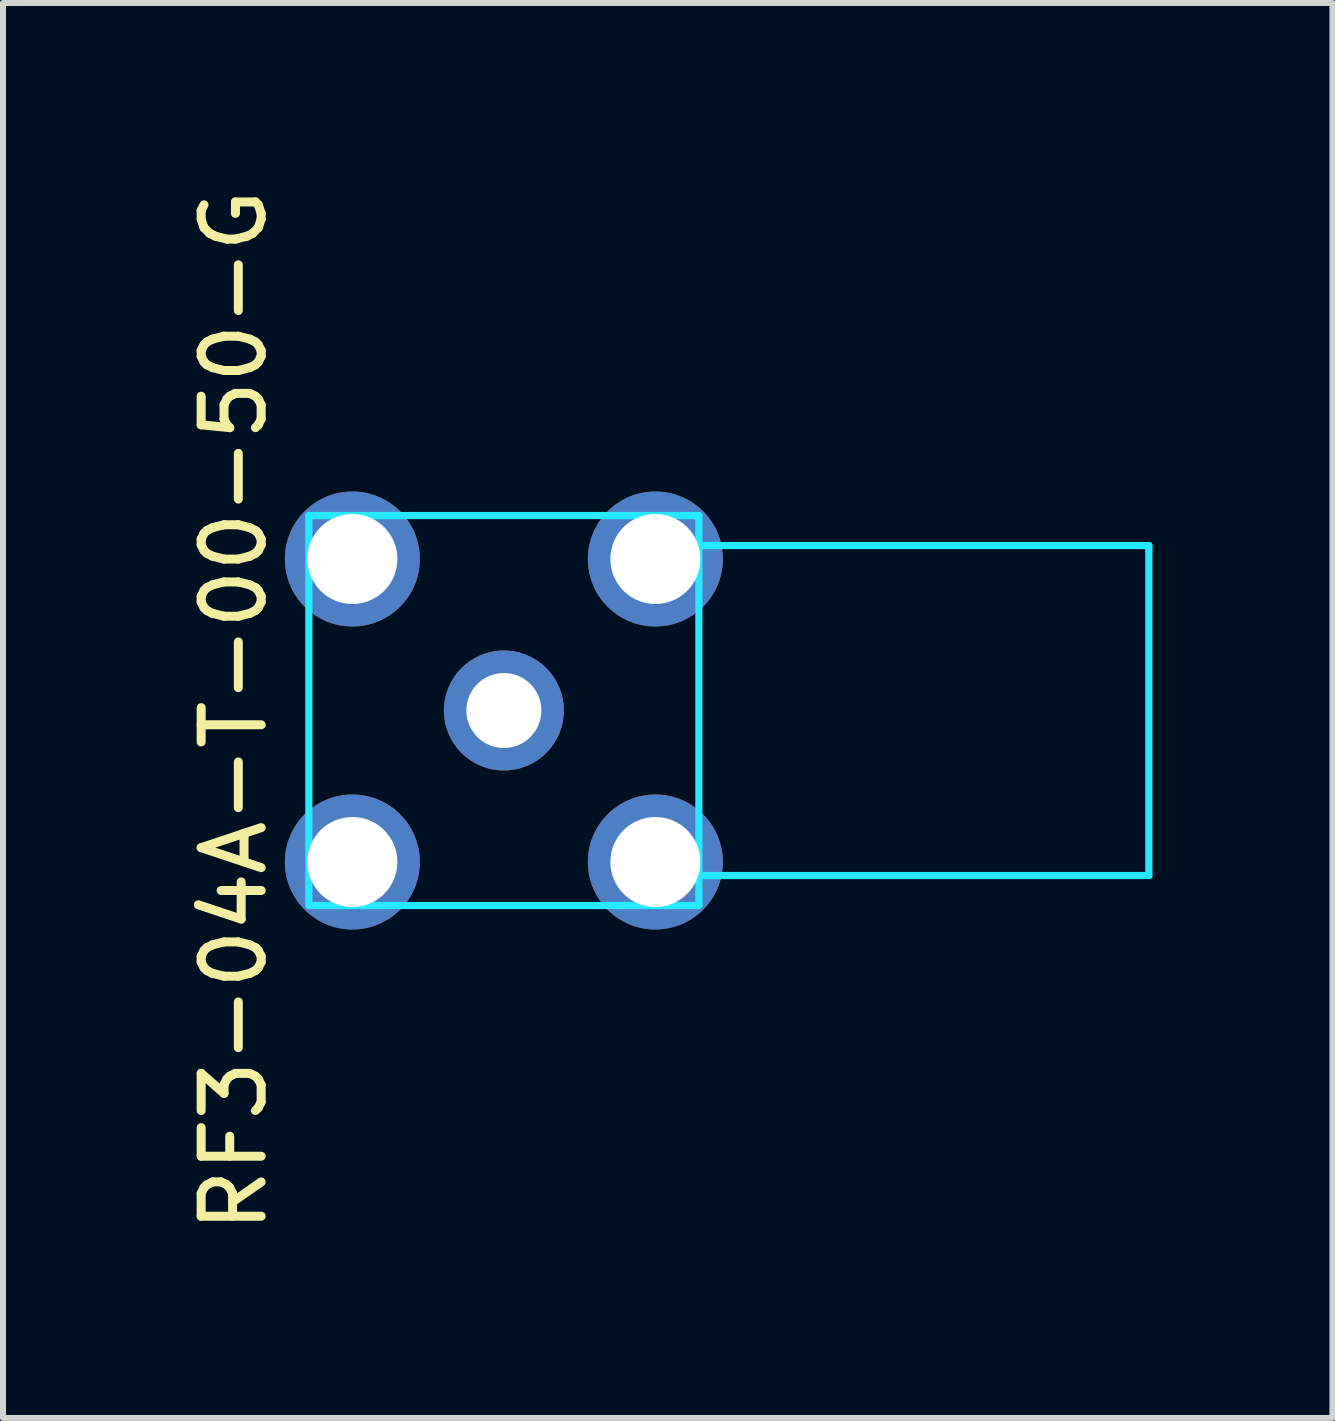
<source format=kicad_pcb>
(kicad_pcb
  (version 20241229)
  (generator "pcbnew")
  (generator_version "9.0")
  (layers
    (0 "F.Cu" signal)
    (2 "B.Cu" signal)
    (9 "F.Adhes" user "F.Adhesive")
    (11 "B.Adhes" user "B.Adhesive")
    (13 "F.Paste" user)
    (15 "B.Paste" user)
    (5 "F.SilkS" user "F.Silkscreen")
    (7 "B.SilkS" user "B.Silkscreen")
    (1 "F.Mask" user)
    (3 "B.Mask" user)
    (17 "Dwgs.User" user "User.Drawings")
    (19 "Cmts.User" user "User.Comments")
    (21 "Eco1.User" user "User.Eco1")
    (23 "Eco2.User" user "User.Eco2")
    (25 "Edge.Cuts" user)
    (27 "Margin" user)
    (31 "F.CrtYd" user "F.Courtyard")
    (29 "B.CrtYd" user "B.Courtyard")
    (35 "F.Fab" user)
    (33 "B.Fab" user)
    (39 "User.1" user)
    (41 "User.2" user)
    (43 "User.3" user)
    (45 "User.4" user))
  (footprint "RF3-04A-T-00-50-G"
    (layer "F.Cu")
    (at 5.348 8.792)
    (property "Reference" "RF3-04A-T-00-50-G" (at -4.5 0 270) (layer "F.SilkS") (effects (font (size 1 1) (thickness 0.15))))
    (attr through_hole)
    (fp_line (start -3.25 -3.25) (end -3.25 3.25) (stroke (width 0.12) (type solid)) (layer "B.CrtYd"))
    (fp_line (start -3.25 3.25) (end 3.25 3.25) (stroke (width 0.12) (type solid)) (layer "B.CrtYd"))
    (fp_line (start 3.25 -3.25) (end -3.25 -3.25) (stroke (width 0.12) (type solid)) (layer "B.CrtYd"))
    (fp_line (start 3.25 -2.75) (end 10.75 -2.75) (stroke (width 0.12) (type solid)) (layer "B.CrtYd"))
    (fp_line (start 3.25 3.25) (end 3.25 -3.25) (stroke (width 0.12) (type solid)) (layer "B.CrtYd"))
    (fp_line (start 10.75 -2.75) (end 10.75 2.75) (stroke (width 0.12) (type solid)) (layer "B.CrtYd"))
    (fp_line (start 10.75 2.75) (end 3.25 2.75) (stroke (width 0.12) (type solid)) (layer "B.CrtYd"))
    (pad "1" thru_hole circle (at 0 0) (size 2 2) (drill 1.25) (layers "*.Cu" "*.Mask"))
    (pad "2" thru_hole circle (at -2.525 -2.525) (size 2.25 2.25) (drill 1.5) (layers "*.Cu" "*.Mask"))
    (pad "2" thru_hole circle (at -2.525 2.525) (size 2.25 2.25) (drill 1.5) (layers "*.Cu" "*.Mask"))
    (pad "2" thru_hole circle (at 2.525 -2.525) (size 2.25 2.25) (drill 1.5) (layers "*.Cu" "*.Mask"))
    (pad "2" thru_hole circle (at 2.525 2.525) (size 2.25 2.25) (drill 1.5) (layers "*.Cu" "*.Mask")))
  (gr_rect
    (start -3 -3)
    (end 19.158 20.583)
    (stroke (width 0.1) (type default))
    (fill no)
    (layer "Edge.Cuts")))
</source>
